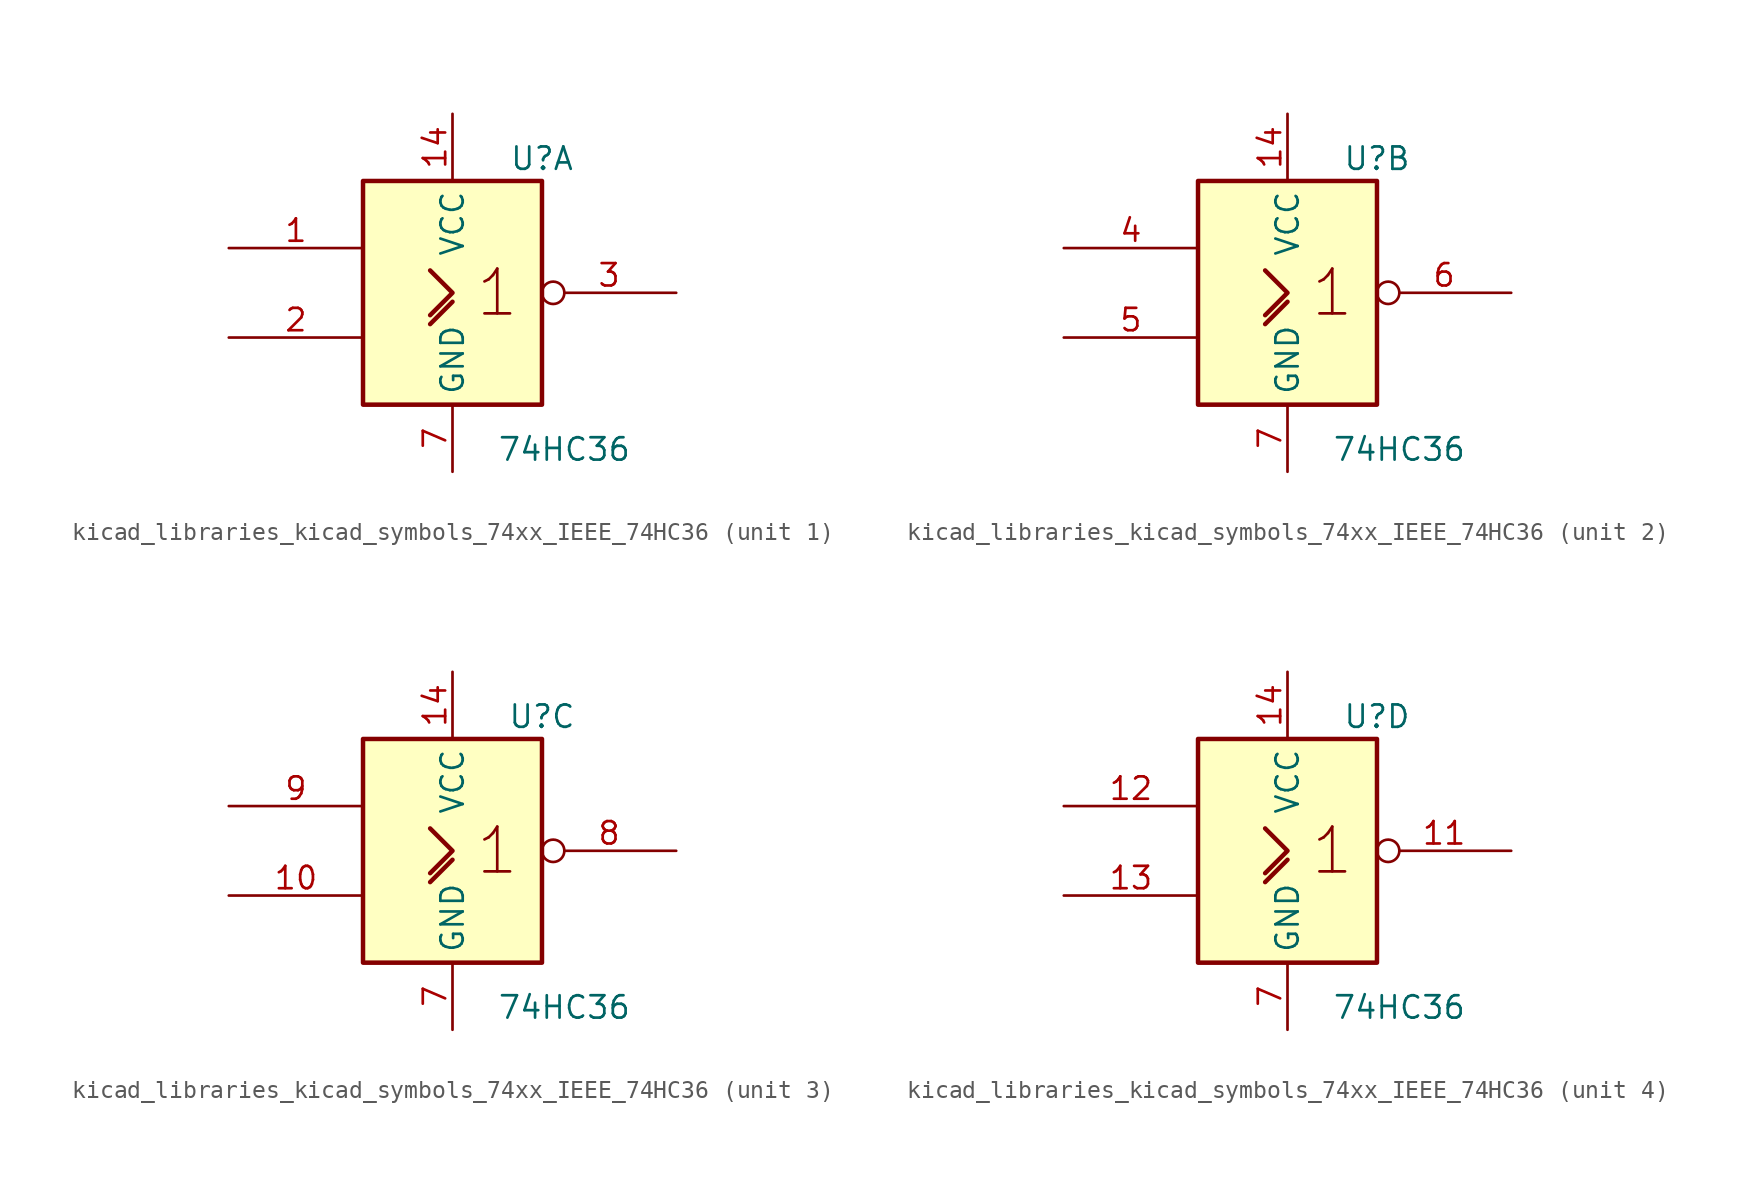
<source format=kicad_sym>
(kicad_symbol_lib
  (version 20220914)
  (generator kicad_symbol_editor)
  (symbol "kicad_libraries_kicad_symbols_74xx_IEEE_74HC36"
    (property "Reference" "U"
      (at 5.08 7.62 0)
      (effects (font (size 1.27 1.27))))
    (property "Value" "74HC36"
      (at 6.35 -8.89 0)
      (effects (font (size 1.27 1.27))))
    (symbol "kicad_libraries_kicad_symbols_74xx_IEEE_74HC36_0_0"
      (polyline (pts (xy -1.27 -1.778) (xy 0 -0.508) (xy 0 -0.508)) (stroke (width 0.254) (type default)) (fill (type background)))
      (polyline (pts (xy -1.27 1.27) (xy 0 0) (xy -1.27 -1.27) (xy -1.27 -1.27)) (stroke (width 0.254) (type default)) (fill (type background)))
      (text "1" (at 2.54 0 0) (effects (font (size 2.54 2.54)))))
    (symbol "kicad_libraries_kicad_symbols_74xx_IEEE_74HC36_0_1"
      (rectangle (start -5.08 6.35) (end 5.08 -6.35) (stroke (width 0.254) (type default)) (fill (type background)))
      (pin power_in line (at 0 10.16 270) (length 3.81) (name "VCC" (effects (font (size 1.27 1.27)))) (number "14" (effects (font (size 1.27 1.27)))))
      (pin power_in line (at 0 -10.16 90) (length 3.81) (name "GND" (effects (font (size 1.27 1.27)))) (number "7" (effects (font (size 1.27 1.27))))))
    (symbol "kicad_libraries_kicad_symbols_74xx_IEEE_74HC36_1_1"
      (pin input line (at -12.7 2.54 0) (length 7.62) (name "~" (effects (font (size 1.27 1.27)))) (number "1" (effects (font (size 1.27 1.27)))))
      (pin input line (at -12.7 -2.54 0) (length 7.62) (name "~" (effects (font (size 1.27 1.27)))) (number "2" (effects (font (size 1.27 1.27)))))
      (pin output inverted (at 12.7 0 180) (length 7.62) (name "~" (effects (font (size 1.27 1.27)))) (number "3" (effects (font (size 1.27 1.27))))))
    (symbol "kicad_libraries_kicad_symbols_74xx_IEEE_74HC36_2_1"
      (pin input line (at -12.7 2.54 0) (length 7.62) (name "~" (effects (font (size 1.27 1.27)))) (number "4" (effects (font (size 1.27 1.27)))))
      (pin input line (at -12.7 -2.54 0) (length 7.62) (name "~" (effects (font (size 1.27 1.27)))) (number "5" (effects (font (size 1.27 1.27)))))
      (pin output inverted (at 12.7 0 180) (length 7.62) (name "~" (effects (font (size 1.27 1.27)))) (number "6" (effects (font (size 1.27 1.27))))))
    (symbol "kicad_libraries_kicad_symbols_74xx_IEEE_74HC36_3_1"
      (pin input line (at -12.7 -2.54 0) (length 7.62) (name "~" (effects (font (size 1.27 1.27)))) (number "10" (effects (font (size 1.27 1.27)))))
      (pin output inverted (at 12.7 0 180) (length 7.62) (name "~" (effects (font (size 1.27 1.27)))) (number "8" (effects (font (size 1.27 1.27)))))
      (pin input line (at -12.7 2.54 0) (length 7.62) (name "~" (effects (font (size 1.27 1.27)))) (number "9" (effects (font (size 1.27 1.27))))))
    (symbol "kicad_libraries_kicad_symbols_74xx_IEEE_74HC36_4_1"
      (pin output inverted (at 12.7 0 180) (length 7.62) (name "~" (effects (font (size 1.27 1.27)))) (number "11" (effects (font (size 1.27 1.27)))))
      (pin input line (at -12.7 2.54 0) (length 7.62) (name "~" (effects (font (size 1.27 1.27)))) (number "12" (effects (font (size 1.27 1.27)))))
      (pin input line (at -12.7 -2.54 0) (length 7.62) (name "~" (effects (font (size 1.27 1.27)))) (number "13" (effects (font (size 1.27 1.27))))))))
</source>
